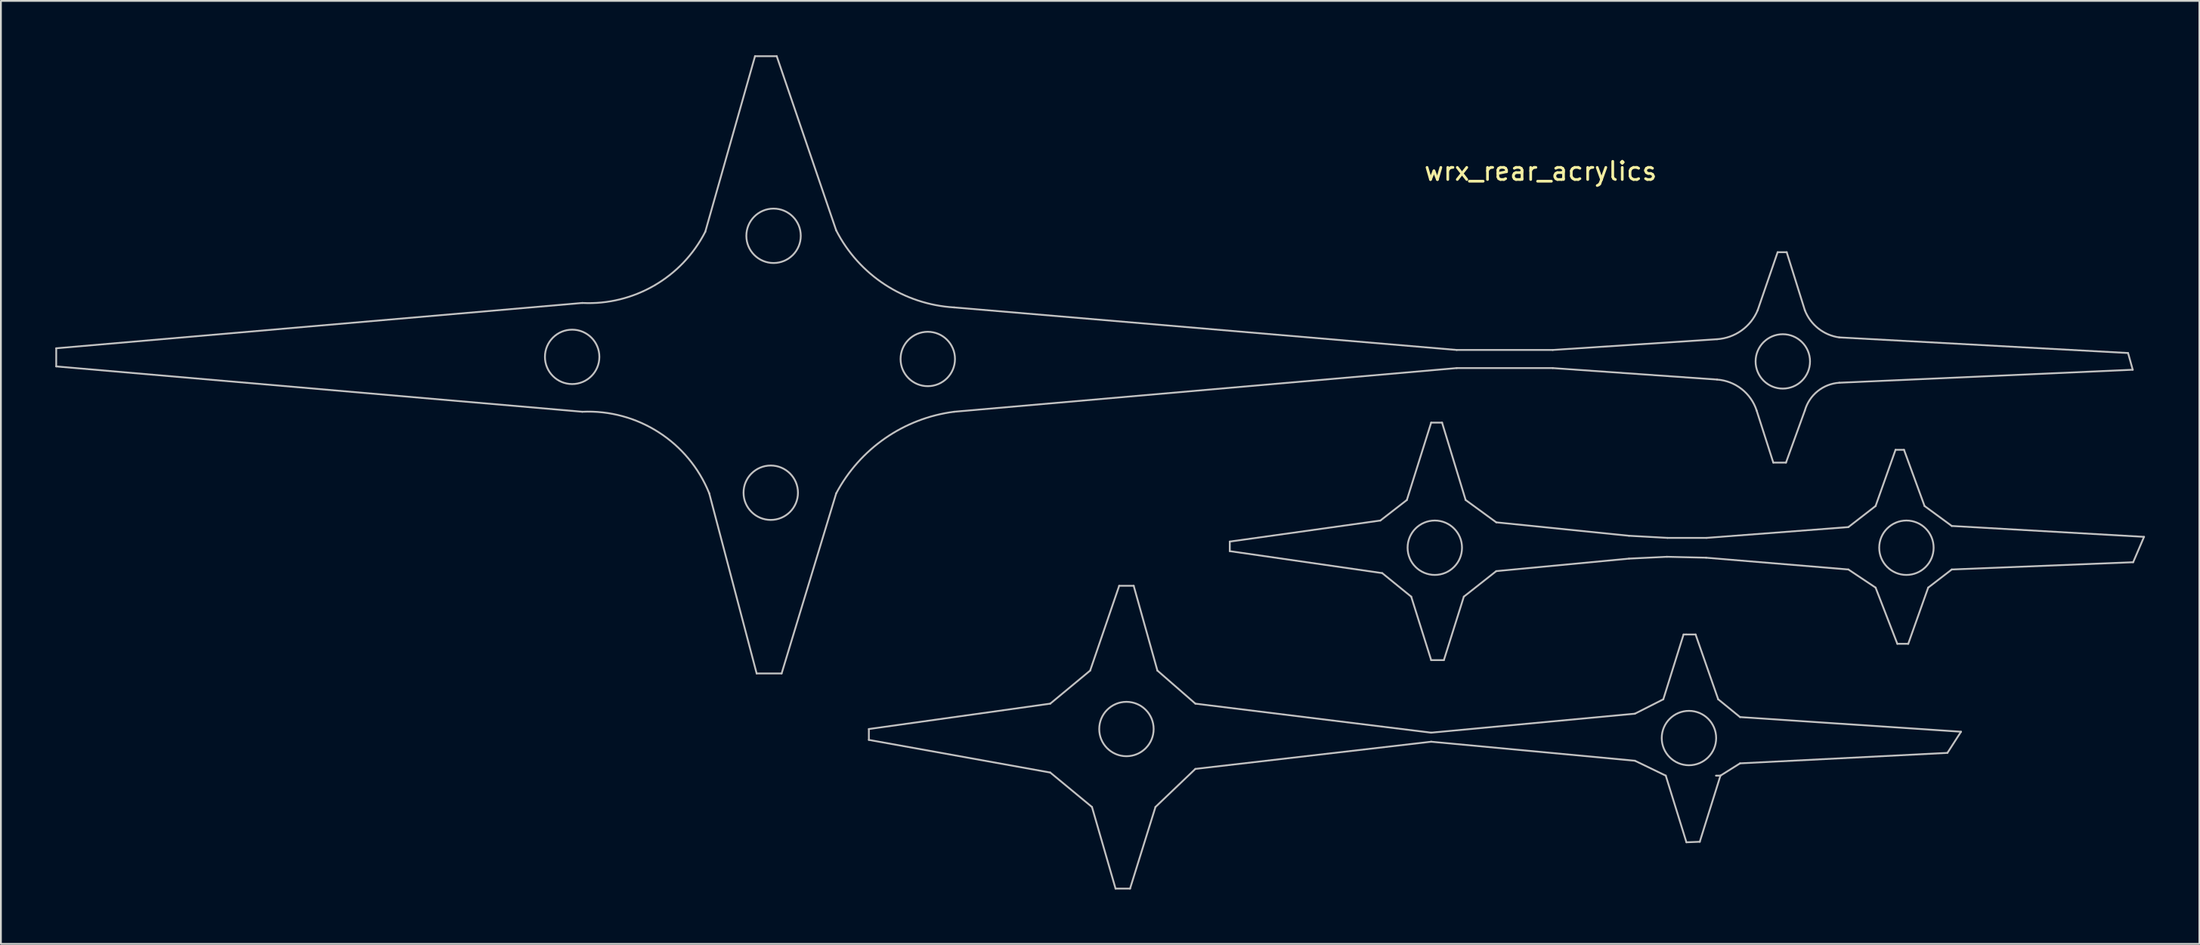
<source format=kicad_pcb>
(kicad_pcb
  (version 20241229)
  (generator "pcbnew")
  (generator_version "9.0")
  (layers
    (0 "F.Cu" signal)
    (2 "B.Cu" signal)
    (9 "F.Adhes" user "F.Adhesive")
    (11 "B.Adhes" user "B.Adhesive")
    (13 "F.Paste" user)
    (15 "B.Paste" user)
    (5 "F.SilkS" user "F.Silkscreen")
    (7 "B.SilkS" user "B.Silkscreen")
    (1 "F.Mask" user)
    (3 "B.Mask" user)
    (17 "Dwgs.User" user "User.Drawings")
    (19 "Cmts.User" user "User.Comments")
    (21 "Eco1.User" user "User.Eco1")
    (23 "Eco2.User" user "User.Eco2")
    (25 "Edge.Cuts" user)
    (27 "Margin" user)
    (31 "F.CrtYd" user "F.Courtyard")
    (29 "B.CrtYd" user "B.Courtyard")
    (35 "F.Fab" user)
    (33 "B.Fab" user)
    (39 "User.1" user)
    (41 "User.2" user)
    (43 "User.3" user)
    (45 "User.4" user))
  (footprint "wrx_rear_acrylics"
    (layer "F.Cu")
    (at 68.884 30.395)
    (property "Reference" "wrx_rear_acrylics" (at 13 -24 0) (layer "F.SilkS") (effects (font (size 1 1) (thickness 0.15))))
    (attr through_hole)
    (fp_line (start -68.834 -14.235) (end -68.834 -13.235) (stroke (width 0.1) (type solid)) (layer "Dwgs.User"))
    (fp_line (start -39.834 -16.735) (end -68.834 -14.235) (stroke (width 0.1) (type solid)) (layer "Dwgs.User"))
    (fp_line (start -39.834 -10.735) (end -68.834 -13.235) (stroke (width 0.1) (type solid)) (layer "Dwgs.User"))
    (fp_line (start -33.052 -20.663) (end -30.31 -30.345) (stroke (width 0.1) (type solid)) (layer "Dwgs.User"))
    (fp_line (start -32.834 -6.235) (end -30.22 3.701) (stroke (width 0.1) (type solid)) (layer "Dwgs.User"))
    (fp_line (start -30.31 -30.345) (end -29.113 -30.345) (stroke (width 0.1) (type solid)) (layer "Dwgs.User"))
    (fp_line (start -28.844 3.701) (end -30.22 3.701) (stroke (width 0.1) (type solid)) (layer "Dwgs.User"))
    (fp_line (start -25.834 -20.735) (end -29.113 -30.345) (stroke (width 0.1) (type solid)) (layer "Dwgs.User"))
    (fp_line (start -25.834 -6.235) (end -28.844 3.701) (stroke (width 0.1) (type solid)) (layer "Dwgs.User"))
    (fp_line (start -24.034 6.765) (end -24.034 7.365) (stroke (width 0.1) (type solid)) (layer "Dwgs.User"))
    (fp_line (start -24.034 7.365) (end -14.034 9.165) (stroke (width 0.1) (type solid)) (layer "Dwgs.User"))
    (fp_line (start -19.334 -16.489) (end 8.373 -14.143) (stroke (width 0.1) (type solid)) (layer "Dwgs.User"))
    (fp_line (start -19.334 -10.735) (end 8.373 -13.143) (stroke (width 0.1) (type solid)) (layer "Dwgs.User"))
    (fp_line (start -14.034 5.365) (end -24.034 6.765) (stroke (width 0.1) (type solid)) (layer "Dwgs.User"))
    (fp_line (start -14.034 9.165) (end -11.734 11.065) (stroke (width 0.1) (type solid)) (layer "Dwgs.User"))
    (fp_line (start -11.834 3.541) (end -14.034 5.365) (stroke (width 0.1) (type solid)) (layer "Dwgs.User"))
    (fp_line (start -11.734 11.065) (end -10.434 15.565) (stroke (width 0.1) (type solid)) (layer "Dwgs.User"))
    (fp_line (start -10.434 15.565) (end -9.634 15.565) (stroke (width 0.1) (type solid)) (layer "Dwgs.User"))
    (fp_line (start -10.234 -1.135) (end -11.834 3.541) (stroke (width 0.1) (type solid)) (layer "Dwgs.User"))
    (fp_line (start -9.634 15.565) (end -8.234 11.065) (stroke (width 0.1) (type solid)) (layer "Dwgs.User"))
    (fp_line (start -9.434 -1.135) (end -10.234 -1.135) (stroke (width 0.1) (type solid)) (layer "Dwgs.User"))
    (fp_line (start -8.234 11.065) (end -6.034 8.965) (stroke (width 0.1) (type solid)) (layer "Dwgs.User"))
    (fp_line (start -8.127 3.541) (end -9.434 -1.135) (stroke (width 0.1) (type solid)) (layer "Dwgs.User"))
    (fp_line (start -6.034 5.365) (end -8.127 3.541) (stroke (width 0.1) (type solid)) (layer "Dwgs.User"))
    (fp_line (start -6.034 8.965) (end 6.966 7.465) (stroke (width 0.1) (type solid)) (layer "Dwgs.User"))
    (fp_line (start -4.136 -3.574) (end 4.166 -4.735) (stroke (width 0.1) (type solid)) (layer "Dwgs.User"))
    (fp_line (start -4.136 -3.046) (end -4.136 -3.574) (stroke (width 0.1) (type solid)) (layer "Dwgs.User"))
    (fp_line (start 4.166 -4.735) (end 5.625 -5.867) (stroke (width 0.1) (type solid)) (layer "Dwgs.User"))
    (fp_line (start 4.266 -1.835) (end -4.136 -3.046) (stroke (width 0.1) (type solid)) (layer "Dwgs.User"))
    (fp_line (start 5.625 -5.867) (end 6.966 -10.135) (stroke (width 0.1) (type solid)) (layer "Dwgs.User"))
    (fp_line (start 5.866 -0.535) (end 4.266 -1.835) (stroke (width 0.1) (type solid)) (layer "Dwgs.User"))
    (fp_line (start 6.966 -10.135) (end 7.566 -10.135) (stroke (width 0.1) (type solid)) (layer "Dwgs.User"))
    (fp_line (start 6.966 2.965) (end 5.866 -0.535) (stroke (width 0.1) (type solid)) (layer "Dwgs.User"))
    (fp_line (start 6.966 6.965) (end -6.034 5.365) (stroke (width 0.1) (type solid)) (layer "Dwgs.User"))
    (fp_line (start 6.966 7.465) (end 18.198 8.514) (stroke (width 0.1) (type solid)) (layer "Dwgs.User"))
    (fp_line (start 7.566 -10.135) (end 8.866 -5.867) (stroke (width 0.1) (type solid)) (layer "Dwgs.User"))
    (fp_line (start 7.666 2.965) (end 6.966 2.965) (stroke (width 0.1) (type solid)) (layer "Dwgs.User"))
    (fp_line (start 8.373 -14.143) (end 13.666 -14.143) (stroke (width 0.1) (type solid)) (layer "Dwgs.User"))
    (fp_line (start 8.373 -13.143) (end 13.666 -13.143) (stroke (width 0.1) (type solid)) (layer "Dwgs.User"))
    (fp_line (start 8.766 -0.535) (end 7.666 2.965) (stroke (width 0.1) (type solid)) (layer "Dwgs.User"))
    (fp_line (start 8.866 -5.867) (end 10.554 -4.635) (stroke (width 0.1) (type solid)) (layer "Dwgs.User"))
    (fp_line (start 10.554 -4.635) (end 17.874 -3.894) (stroke (width 0.1) (type solid)) (layer "Dwgs.User"))
    (fp_line (start 10.554 -1.945) (end 8.766 -0.535) (stroke (width 0.1) (type solid)) (layer "Dwgs.User"))
    (fp_line (start 13.666 -13.143) (end 22.726 -12.51) (stroke (width 0.1) (type solid)) (layer "Dwgs.User"))
    (fp_line (start 17.874 -3.894) (end 19.991 -3.778) (stroke (width 0.1) (type solid)) (layer "Dwgs.User"))
    (fp_line (start 17.874 -2.634) (end 10.554 -1.945) (stroke (width 0.1) (type solid)) (layer "Dwgs.User"))
    (fp_line (start 18.198 5.919) (end 6.966 6.965) (stroke (width 0.1) (type solid)) (layer "Dwgs.User"))
    (fp_line (start 18.198 8.514) (end 19.899 9.336) (stroke (width 0.1) (type solid)) (layer "Dwgs.User"))
    (fp_line (start 19.764 5.125) (end 18.198 5.919) (stroke (width 0.1) (type solid)) (layer "Dwgs.User"))
    (fp_line (start 19.899 9.336) (end 21.038 13.012) (stroke (width 0.1) (type solid)) (layer "Dwgs.User"))
    (fp_line (start 19.966 -2.735) (end 17.874 -2.634) (stroke (width 0.1) (type solid)) (layer "Dwgs.User"))
    (fp_line (start 19.991 -3.778) (end 22.147 -3.778) (stroke (width 0.1) (type solid)) (layer "Dwgs.User"))
    (fp_line (start 20.88 1.551) (end 19.764 5.125) (stroke (width 0.1) (type solid)) (layer "Dwgs.User"))
    (fp_line (start 21.024 1.551) (end 20.88 1.551) (stroke (width 0.1) (type solid)) (layer "Dwgs.User"))
    (fp_line (start 21.038 13.012) (end 21.774 12.983) (stroke (width 0.1) (type solid)) (layer "Dwgs.User"))
    (fp_line (start 21.543 1.551) (end 21.024 1.551) (stroke (width 0.1) (type solid)) (layer "Dwgs.User"))
    (fp_line (start 21.774 12.983) (end 22.913 9.336) (stroke (width 0.1) (type solid)) (layer "Dwgs.User"))
    (fp_line (start 22.122 -2.684) (end 19.966 -2.735) (stroke (width 0.1) (type solid)) (layer "Dwgs.User"))
    (fp_line (start 22.147 -3.778) (end 29.966 -4.373) (stroke (width 0.1) (type solid)) (layer "Dwgs.User"))
    (fp_line (start 22.726 -14.735) (end 13.666 -14.143) (stroke (width 0.1) (type solid)) (layer "Dwgs.User"))
    (fp_line (start 22.789 5.125) (end 21.543 1.551) (stroke (width 0.1) (type solid)) (layer "Dwgs.User"))
    (fp_line (start 22.913 9.336) (end 22.666 9.336) (stroke (width 0.1) (type solid)) (layer "Dwgs.User"))
    (fp_line (start 22.913 9.336) (end 23.994 8.658) (stroke (width 0.1) (type solid)) (layer "Dwgs.User"))
    (fp_line (start 23.994 6.106) (end 22.789 5.125) (stroke (width 0.1) (type solid)) (layer "Dwgs.User"))
    (fp_line (start 23.994 8.658) (end 35.426 8.081) (stroke (width 0.1) (type solid)) (layer "Dwgs.User"))
    (fp_line (start 24.911 -10.795) (end 25.827 -7.931) (stroke (width 0.1) (type solid)) (layer "Dwgs.User"))
    (fp_line (start 24.966 -16.335) (end 26.066 -19.535) (stroke (width 0.1) (type solid)) (layer "Dwgs.User"))
    (fp_line (start 26.527 -7.931) (end 25.827 -7.931) (stroke (width 0.1) (type solid)) (layer "Dwgs.User"))
    (fp_line (start 26.566 -19.535) (end 26.066 -19.535) (stroke (width 0.1) (type solid)) (layer "Dwgs.User"))
    (fp_line (start 27.564 -10.795) (end 26.527 -7.931) (stroke (width 0.1) (type solid)) (layer "Dwgs.User"))
    (fp_line (start 27.566 -16.335) (end 26.566 -19.535) (stroke (width 0.1) (type solid)) (layer "Dwgs.User"))
    (fp_line (start 29.466 -14.835) (end 45.385 -13.975) (stroke (width 0.1) (type solid)) (layer "Dwgs.User"))
    (fp_line (start 29.466 -12.335) (end 45.643 -13.052) (stroke (width 0.1) (type solid)) (layer "Dwgs.User"))
    (fp_line (start 29.966 -4.373) (end 31.466 -5.535) (stroke (width 0.1) (type solid)) (layer "Dwgs.User"))
    (fp_line (start 29.966 -2.035) (end 22.122 -2.684) (stroke (width 0.1) (type solid)) (layer "Dwgs.User"))
    (fp_line (start 31.466 -5.535) (end 32.566 -8.635) (stroke (width 0.1) (type solid)) (layer "Dwgs.User"))
    (fp_line (start 31.466 -1.035) (end 29.966 -2.035) (stroke (width 0.1) (type solid)) (layer "Dwgs.User"))
    (fp_line (start 32.566 -8.635) (end 33.033 -8.635) (stroke (width 0.1) (type solid)) (layer "Dwgs.User"))
    (fp_line (start 32.666 2.065) (end 31.466 -1.035) (stroke (width 0.1) (type solid)) (layer "Dwgs.User"))
    (fp_line (start 33.033 -8.635) (end 34.166 -5.535) (stroke (width 0.1) (type solid)) (layer "Dwgs.User"))
    (fp_line (start 33.266 2.065) (end 32.666 2.065) (stroke (width 0.1) (type solid)) (layer "Dwgs.User"))
    (fp_line (start 34.166 -5.535) (end 35.666 -4.435) (stroke (width 0.1) (type solid)) (layer "Dwgs.User"))
    (fp_line (start 34.366 -1.035) (end 33.266 2.065) (stroke (width 0.1) (type solid)) (layer "Dwgs.User"))
    (fp_line (start 35.426 8.081) (end 36.176 6.914) (stroke (width 0.1) (type solid)) (layer "Dwgs.User"))
    (fp_line (start 35.666 -4.435) (end 46.266 -3.835) (stroke (width 0.1) (type solid)) (layer "Dwgs.User"))
    (fp_line (start 35.666 -2.035) (end 34.366 -1.035) (stroke (width 0.1) (type solid)) (layer "Dwgs.User"))
    (fp_line (start 36.176 6.914) (end 23.994 6.106) (stroke (width 0.1) (type solid)) (layer "Dwgs.User"))
    (fp_line (start 45.385 -13.975) (end 45.643 -13.052) (stroke (width 0.1) (type solid)) (layer "Dwgs.User"))
    (fp_line (start 45.666 -2.435) (end 35.666 -2.035) (stroke (width 0.1) (type solid)) (layer "Dwgs.User"))
    (fp_line (start 46.266 -3.835) (end 45.666 -2.435) (stroke (width 0.1) (type solid)) (layer "Dwgs.User"))
    (fp_arc (start -39.833667 -10.734655) (mid -35.616413 -9.600385) (end -32.833667 -6.234656) (stroke (width 0.1) (type solid)) (layer "Dwgs.User"))
    (fp_arc (start -33.0521 -20.663252) (mid -35.862706 -17.697449) (end -39.833666 -16.734656) (stroke (width 0.1) (type solid)) (layer "Dwgs.User"))
    (fp_arc (start -25.833666 -6.234655) (mid -23.131693 -9.27625) (end -19.333666 -10.734655) (stroke (width 0.1) (type solid)) (layer "Dwgs.User"))
    (fp_arc (start -19.333666 -16.489431) (mid -23.148146 -17.74775) (end -25.833666 -20.734655) (stroke (width 0.1) (type solid)) (layer "Dwgs.User"))
    (fp_arc (start 22.726472 -12.509885) (mid 24.08206 -11.987763) (end 24.911066 -10.794876) (stroke (width 0.1) (type solid)) (layer "Dwgs.User"))
    (fp_arc (start 24.966333 -16.334655) (mid 24.074322 -15.215587) (end 22.726472 -14.734655) (stroke (width 0.1) (type solid)) (layer "Dwgs.User"))
    (fp_arc (start 27.564314 -10.794876) (mid 28.26983 -11.868013) (end 29.466333 -12.334655) (stroke (width 0.1) (type solid)) (layer "Dwgs.User"))
    (fp_arc (start 29.466333 -14.834655) (mid 28.311651 -15.325391) (end 27.566333 -16.334655) (stroke (width 0.1) (type solid)) (layer "Dwgs.User"))
    (fp_circle (center -40.391 -13.762) (end -41.891 -13.762) (stroke (width 0.1) (type solid)) (fill no) (layer "Dwgs.User"))
    (fp_circle (center -29.443 -6.269) (end -30.943 -6.269) (stroke (width 0.1) (type solid)) (fill no) (layer "Dwgs.User"))
    (fp_circle (center -29.288 -20.439) (end -30.788 -20.439) (stroke (width 0.1) (type solid)) (fill no) (layer "Dwgs.User"))
    (fp_circle (center -20.786 -13.645) (end -22.286 -13.645) (stroke (width 0.1) (type solid)) (fill no) (layer "Dwgs.User"))
    (fp_circle (center -9.834 6.765) (end -11.334 6.765) (stroke (width 0.1) (type solid)) (fill no) (layer "Dwgs.User"))
    (fp_circle (center 7.166 -3.235) (end 5.666 -3.235) (stroke (width 0.1) (type solid)) (fill no) (layer "Dwgs.User"))
    (fp_circle (center 21.177 7.263) (end 19.677 7.263) (stroke (width 0.1) (type solid)) (fill no) (layer "Dwgs.User"))
    (fp_circle (center 26.351 -13.511) (end 24.851 -13.511) (stroke (width 0.1) (type solid)) (fill no) (layer "Dwgs.User"))
    (fp_circle (center 33.166 -3.235) (end 31.666 -3.235) (stroke (width 0.1) (type solid)) (fill no) (layer "Dwgs.User")))
  (gr_rect
    (start -3 -3)
    (end 118.2 49.011)
    (stroke (width 0.1) (type default))
    (fill no)
    (layer "Edge.Cuts")))
</source>
